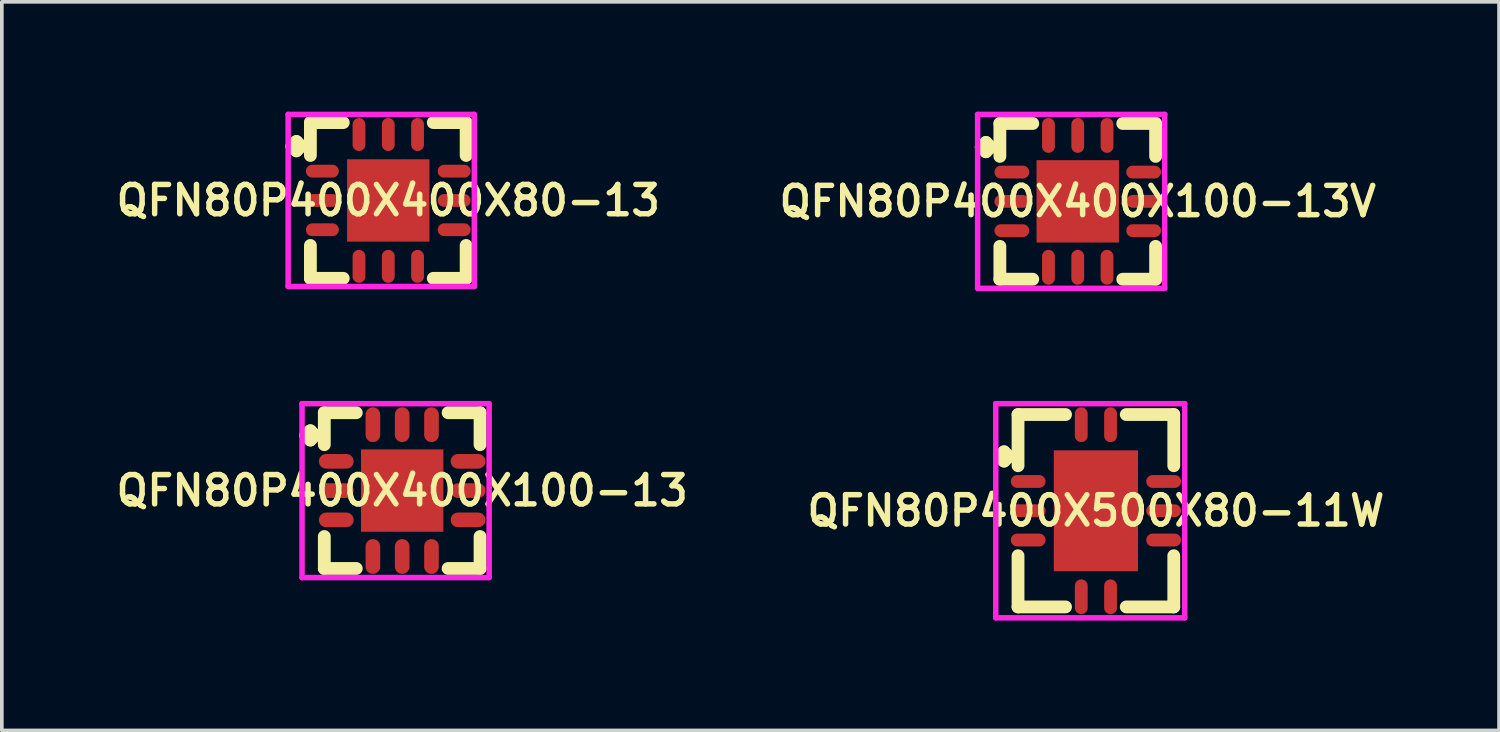
<source format=kicad_pcb>
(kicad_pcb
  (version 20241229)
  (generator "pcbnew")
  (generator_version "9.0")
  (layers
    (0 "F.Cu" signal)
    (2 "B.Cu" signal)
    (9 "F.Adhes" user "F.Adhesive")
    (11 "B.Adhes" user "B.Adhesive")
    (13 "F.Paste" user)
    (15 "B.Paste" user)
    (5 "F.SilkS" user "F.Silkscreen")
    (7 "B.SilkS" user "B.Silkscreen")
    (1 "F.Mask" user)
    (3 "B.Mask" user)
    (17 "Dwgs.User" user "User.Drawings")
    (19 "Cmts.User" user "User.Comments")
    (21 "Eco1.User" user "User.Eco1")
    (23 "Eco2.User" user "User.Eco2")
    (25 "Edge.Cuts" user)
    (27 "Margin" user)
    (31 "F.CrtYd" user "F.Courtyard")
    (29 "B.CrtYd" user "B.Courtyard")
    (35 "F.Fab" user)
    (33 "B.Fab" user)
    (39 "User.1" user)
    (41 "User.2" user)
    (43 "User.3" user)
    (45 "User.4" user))
  (footprint "QFN80P400X500X80-11W"
    (layer "F.Cu")
    (at 26.883 10.9)
    (property "Reference" "QFN80P400X500X80-11W" (at 0 0 0) (layer "F.SilkS") (effects (font (size 0.8 0.8) (thickness 0.15))))
    (attr smd)
    (fp_line (start -2.635 -1.483) (end -2.508 -1.61) (stroke (width 0.35) (type solid)) (layer "F.SilkS"))
    (fp_line (start -2.508 -1.61) (end -2.381 -1.483) (stroke (width 0.35) (type solid)) (layer "F.SilkS"))
    (fp_line (start -2.508 -1.356) (end -2.635 -1.483) (stroke (width 0.35) (type solid)) (layer "F.SilkS"))
    (fp_line (start -2.381 -1.483) (end -2.508 -1.356) (stroke (width 0.35) (type solid)) (layer "F.SilkS"))
    (fp_line (start -2.127 -2.627) (end -0.829 -2.627) (stroke (width 0.35) (type solid)) (layer "F.SilkS"))
    (fp_line (start -2.127 -1.229) (end -2.127 -2.627) (stroke (width 0.35) (type solid)) (layer "F.SilkS"))
    (fp_line (start -2.127 1.229) (end -2.127 2.627) (stroke (width 0.35) (type solid)) (layer "F.SilkS"))
    (fp_line (start -2.127 2.627) (end -0.829 2.627) (stroke (width 0.35) (type solid)) (layer "F.SilkS"))
    (fp_line (start 0.829 -2.627) (end 2.127 -2.627) (stroke (width 0.35) (type solid)) (layer "F.SilkS"))
    (fp_line (start 0.829 2.627) (end 2.127 2.627) (stroke (width 0.35) (type solid)) (layer "F.SilkS"))
    (fp_line (start 2.127 -2.627) (end 2.127 -1.229) (stroke (width 0.35) (type solid)) (layer "F.SilkS"))
    (fp_line (start 2.127 2.627) (end 2.127 1.229) (stroke (width 0.35) (type solid)) (layer "F.SilkS"))
    (fp_line (start -2.735 -2.925) (end 2.425 -2.925) (stroke (width 0.15) (type solid)) (layer "F.CrtYd"))
    (fp_line (start -2.735 2.925) (end -2.735 -2.925) (stroke (width 0.15) (type solid)) (layer "F.CrtYd"))
    (fp_line (start 2.425 -2.925) (end 2.425 2.925) (stroke (width 0.15) (type solid)) (layer "F.CrtYd"))
    (fp_line (start 2.425 2.925) (end -2.735 2.925) (stroke (width 0.15) (type solid)) (layer "F.CrtYd"))
    (pad "1" smd oval (at -1.85 -0.8) (size 0.95 0.35) (layers "F.Cu" "F.Mask" "F.Paste"))
    (pad "2" smd oval (at -1.85 0) (size 0.95 0.35) (layers "F.Cu" "F.Mask" "F.Paste"))
    (pad "3" smd oval (at -1.85 0.8) (size 0.95 0.35) (layers "F.Cu" "F.Mask" "F.Paste"))
    (pad "4" smd oval (at -0.4 2.35) (size 0.35 0.95) (layers "F.Cu" "F.Mask" "F.Paste"))
    (pad "5" smd oval (at 0.4 2.35) (size 0.35 0.95) (layers "F.Cu" "F.Mask" "F.Paste"))
    (pad "6" smd oval (at 1.85 0.8) (size 0.95 0.35) (layers "F.Cu" "F.Mask" "F.Paste"))
    (pad "7" smd oval (at 1.85 0) (size 0.95 0.35) (layers "F.Cu" "F.Mask" "F.Paste"))
    (pad "8" smd oval (at 1.85 -0.8) (size 0.95 0.35) (layers "F.Cu" "F.Mask" "F.Paste"))
    (pad "9" smd oval (at 0.4 -2.35) (size 0.35 0.95) (layers "F.Cu" "F.Mask" "F.Paste"))
    (pad "10" smd oval (at -0.4 -2.35) (size 0.35 0.95) (layers "F.Cu" "F.Mask" "F.Paste"))
    (pad "11" smd rect (at 0 0) (size 2.3 3.3) (layers "F.Cu" "F.Mask" "F.Paste")))
  (footprint "QFN80P400X400X100-13"
    (layer "F.Cu")
    (at 7.935 10.35)
    (property "Reference" "QFN80P400X400X100-13" (at 0 0 0) (layer "F.SilkS") (effects (font (size 0.8 0.8) (thickness 0.15))))
    (attr smd)
    (fp_line (start -2.635 -1.508) (end -2.508 -1.635) (stroke (width 0.35) (type solid)) (layer "F.SilkS"))
    (fp_line (start -2.508 -1.635) (end -2.381 -1.508) (stroke (width 0.35) (type solid)) (layer "F.SilkS"))
    (fp_line (start -2.508 -1.381) (end -2.635 -1.508) (stroke (width 0.35) (type solid)) (layer "F.SilkS"))
    (fp_line (start -2.381 -1.508) (end -2.508 -1.381) (stroke (width 0.35) (type solid)) (layer "F.SilkS"))
    (fp_line (start -2.127 -2.127) (end -1.254 -2.127) (stroke (width 0.35) (type solid)) (layer "F.SilkS"))
    (fp_line (start -2.127 -1.254) (end -2.127 -2.127) (stroke (width 0.35) (type solid)) (layer "F.SilkS"))
    (fp_line (start -2.127 1.254) (end -2.127 2.127) (stroke (width 0.35) (type solid)) (layer "F.SilkS"))
    (fp_line (start -2.127 2.127) (end -1.254 2.127) (stroke (width 0.35) (type solid)) (layer "F.SilkS"))
    (fp_line (start 1.254 -2.127) (end 2.127 -2.127) (stroke (width 0.35) (type solid)) (layer "F.SilkS"))
    (fp_line (start 1.254 2.127) (end 2.127 2.127) (stroke (width 0.35) (type solid)) (layer "F.SilkS"))
    (fp_line (start 2.127 -2.127) (end 2.127 -1.254) (stroke (width 0.35) (type solid)) (layer "F.SilkS"))
    (fp_line (start 2.127 2.127) (end 2.127 1.254) (stroke (width 0.35) (type solid)) (layer "F.SilkS"))
    (fp_line (start -2.735 -2.375) (end 2.375 -2.375) (stroke (width 0.15) (type solid)) (layer "F.CrtYd"))
    (fp_line (start -2.735 2.375) (end -2.735 -2.375) (stroke (width 0.15) (type solid)) (layer "F.CrtYd"))
    (fp_line (start 2.375 -2.375) (end 2.375 2.375) (stroke (width 0.15) (type solid)) (layer "F.CrtYd"))
    (fp_line (start 2.375 2.375) (end -2.735 2.375) (stroke (width 0.15) (type solid)) (layer "F.CrtYd"))
    (pad "1" smd oval (at -1.8 -0.8) (size 0.95 0.4) (layers "F.Cu" "F.Mask" "F.Paste"))
    (pad "2" smd oval (at -1.8 0) (size 0.95 0.4) (layers "F.Cu" "F.Mask" "F.Paste"))
    (pad "3" smd oval (at -1.8 0.8) (size 0.95 0.4) (layers "F.Cu" "F.Mask" "F.Paste"))
    (pad "4" smd oval (at -0.8 1.8) (size 0.4 0.95) (layers "F.Cu" "F.Mask" "F.Paste"))
    (pad "5" smd oval (at 0 1.8) (size 0.4 0.95) (layers "F.Cu" "F.Mask" "F.Paste"))
    (pad "6" smd oval (at 0.8 1.8) (size 0.4 0.95) (layers "F.Cu" "F.Mask" "F.Paste"))
    (pad "7" smd oval (at 1.8 0.8) (size 0.95 0.4) (layers "F.Cu" "F.Mask" "F.Paste"))
    (pad "8" smd oval (at 1.8 0) (size 0.95 0.4) (layers "F.Cu" "F.Mask" "F.Paste"))
    (pad "9" smd oval (at 1.8 -0.8) (size 0.95 0.4) (layers "F.Cu" "F.Mask" "F.Paste"))
    (pad "10" smd oval (at 0.8 -1.8) (size 0.4 0.95) (layers "F.Cu" "F.Mask" "F.Paste"))
    (pad "11" smd oval (at 0 -1.8) (size 0.4 0.95) (layers "F.Cu" "F.Mask" "F.Paste"))
    (pad "12" smd oval (at -0.8 -1.8) (size 0.4 0.95) (layers "F.Cu" "F.Mask" "F.Paste"))
    (pad "13" smd rect (at 0 0) (size 2.25 2.25) (layers "F.Cu" "F.Mask" "F.Paste")))
  (footprint "QFN80P400X400X100-13V"
    (layer "F.Cu")
    (at 26.387 2.45)
    (property "Reference" "QFN80P400X400X100-13V" (at 0 0 0) (layer "F.SilkS") (effects (font (size 0.8 0.8) (thickness 0.15))))
    (attr smd)
    (fp_line (start -2.635 -1.483) (end -2.508 -1.61) (stroke (width 0.35) (type solid)) (layer "F.SilkS"))
    (fp_line (start -2.508 -1.61) (end -2.381 -1.483) (stroke (width 0.35) (type solid)) (layer "F.SilkS"))
    (fp_line (start -2.508 -1.356) (end -2.635 -1.483) (stroke (width 0.35) (type solid)) (layer "F.SilkS"))
    (fp_line (start -2.381 -1.483) (end -2.508 -1.356) (stroke (width 0.35) (type solid)) (layer "F.SilkS"))
    (fp_line (start -2.127 -2.127) (end -1.229 -2.127) (stroke (width 0.35) (type solid)) (layer "F.SilkS"))
    (fp_line (start -2.127 -1.229) (end -2.127 -2.127) (stroke (width 0.35) (type solid)) (layer "F.SilkS"))
    (fp_line (start -2.127 1.229) (end -2.127 2.127) (stroke (width 0.35) (type solid)) (layer "F.SilkS"))
    (fp_line (start -2.127 2.127) (end -1.229 2.127) (stroke (width 0.35) (type solid)) (layer "F.SilkS"))
    (fp_line (start 1.229 -2.127) (end 2.127 -2.127) (stroke (width 0.35) (type solid)) (layer "F.SilkS"))
    (fp_line (start 1.229 2.127) (end 2.127 2.127) (stroke (width 0.35) (type solid)) (layer "F.SilkS"))
    (fp_line (start 2.127 -2.127) (end 2.127 -1.229) (stroke (width 0.35) (type solid)) (layer "F.SilkS"))
    (fp_line (start 2.127 2.127) (end 2.127 1.229) (stroke (width 0.35) (type solid)) (layer "F.SilkS"))
    (fp_line (start -2.735 -2.375) (end 2.375 -2.375) (stroke (width 0.15) (type solid)) (layer "F.CrtYd"))
    (fp_line (start -2.735 2.375) (end -2.735 -2.375) (stroke (width 0.15) (type solid)) (layer "F.CrtYd"))
    (fp_line (start 2.375 -2.375) (end 2.375 2.375) (stroke (width 0.15) (type solid)) (layer "F.CrtYd"))
    (fp_line (start 2.375 2.375) (end -2.735 2.375) (stroke (width 0.15) (type solid)) (layer "F.CrtYd"))
    (pad "1" smd oval (at -1.8 -0.8) (size 0.95 0.35) (layers "F.Cu" "F.Mask" "F.Paste"))
    (pad "2" smd oval (at -1.8 0) (size 0.95 0.35) (layers "F.Cu" "F.Mask" "F.Paste"))
    (pad "3" smd oval (at -1.8 0.8) (size 0.95 0.35) (layers "F.Cu" "F.Mask" "F.Paste"))
    (pad "4" smd oval (at -0.8 1.8) (size 0.35 0.95) (layers "F.Cu" "F.Mask" "F.Paste"))
    (pad "5" smd oval (at 0 1.8) (size 0.35 0.95) (layers "F.Cu" "F.Mask" "F.Paste"))
    (pad "6" smd oval (at 0.8 1.8) (size 0.35 0.95) (layers "F.Cu" "F.Mask" "F.Paste"))
    (pad "7" smd oval (at 1.8 0.8) (size 0.95 0.35) (layers "F.Cu" "F.Mask" "F.Paste"))
    (pad "8" smd oval (at 1.8 0) (size 0.95 0.35) (layers "F.Cu" "F.Mask" "F.Paste"))
    (pad "9" smd oval (at 1.8 -0.8) (size 0.95 0.35) (layers "F.Cu" "F.Mask" "F.Paste"))
    (pad "10" smd oval (at 0.8 -1.8) (size 0.35 0.95) (layers "F.Cu" "F.Mask" "F.Paste"))
    (pad "11" smd oval (at 0 -1.8) (size 0.35 0.95) (layers "F.Cu" "F.Mask" "F.Paste"))
    (pad "12" smd oval (at -0.8 -1.8) (size 0.35 0.95) (layers "F.Cu" "F.Mask" "F.Paste"))
    (pad "13" smd rect (at 0 0) (size 2.25 2.25) (layers "F.Cu" "F.Mask" "F.Paste")))
  (footprint "QFN80P400X400X80-13"
    (layer "F.Cu")
    (at 7.555 2.425)
    (property "Reference" "QFN80P400X400X80-13" (at 0 0 0) (layer "F.SilkS") (effects (font (size 0.8 0.8) (thickness 0.15))))
    (attr smd)
    (fp_line (start -2.635 -1.483) (end -2.508 -1.61) (stroke (width 0.35) (type solid)) (layer "F.SilkS"))
    (fp_line (start -2.508 -1.61) (end -2.381 -1.483) (stroke (width 0.35) (type solid)) (layer "F.SilkS"))
    (fp_line (start -2.508 -1.356) (end -2.635 -1.483) (stroke (width 0.35) (type solid)) (layer "F.SilkS"))
    (fp_line (start -2.381 -1.483) (end -2.508 -1.356) (stroke (width 0.35) (type solid)) (layer "F.SilkS"))
    (fp_line (start -2.127 -2.127) (end -1.229 -2.127) (stroke (width 0.35) (type solid)) (layer "F.SilkS"))
    (fp_line (start -2.127 -1.229) (end -2.127 -2.127) (stroke (width 0.35) (type solid)) (layer "F.SilkS"))
    (fp_line (start -2.127 1.229) (end -2.127 2.127) (stroke (width 0.35) (type solid)) (layer "F.SilkS"))
    (fp_line (start -2.127 2.127) (end -1.229 2.127) (stroke (width 0.35) (type solid)) (layer "F.SilkS"))
    (fp_line (start 1.229 -2.127) (end 2.127 -2.127) (stroke (width 0.35) (type solid)) (layer "F.SilkS"))
    (fp_line (start 1.229 2.127) (end 2.127 2.127) (stroke (width 0.35) (type solid)) (layer "F.SilkS"))
    (fp_line (start 2.127 -2.127) (end 2.127 -1.229) (stroke (width 0.35) (type solid)) (layer "F.SilkS"))
    (fp_line (start 2.127 2.127) (end 2.127 1.229) (stroke (width 0.35) (type solid)) (layer "F.SilkS"))
    (fp_line (start -2.735 -2.35) (end 2.35 -2.35) (stroke (width 0.15) (type solid)) (layer "F.CrtYd"))
    (fp_line (start -2.735 2.35) (end -2.735 -2.35) (stroke (width 0.15) (type solid)) (layer "F.CrtYd"))
    (fp_line (start 2.35 -2.35) (end 2.35 2.35) (stroke (width 0.15) (type solid)) (layer "F.CrtYd"))
    (fp_line (start 2.35 2.35) (end -2.735 2.35) (stroke (width 0.15) (type solid)) (layer "F.CrtYd"))
    (pad "1" smd oval (at -1.8 -0.8) (size 0.9 0.35) (layers "F.Cu" "F.Mask" "F.Paste"))
    (pad "2" smd oval (at -1.8 0) (size 0.9 0.35) (layers "F.Cu" "F.Mask" "F.Paste"))
    (pad "3" smd oval (at -1.8 0.8) (size 0.9 0.35) (layers "F.Cu" "F.Mask" "F.Paste"))
    (pad "4" smd oval (at -0.8 1.8) (size 0.35 0.9) (layers "F.Cu" "F.Mask" "F.Paste"))
    (pad "5" smd oval (at 0 1.8) (size 0.35 0.9) (layers "F.Cu" "F.Mask" "F.Paste"))
    (pad "6" smd oval (at 0.8 1.8) (size 0.35 0.9) (layers "F.Cu" "F.Mask" "F.Paste"))
    (pad "7" smd oval (at 1.8 0.8) (size 0.9 0.35) (layers "F.Cu" "F.Mask" "F.Paste"))
    (pad "8" smd oval (at 1.8 0) (size 0.9 0.35) (layers "F.Cu" "F.Mask" "F.Paste"))
    (pad "9" smd oval (at 1.8 -0.8) (size 0.9 0.35) (layers "F.Cu" "F.Mask" "F.Paste"))
    (pad "10" smd oval (at 0.8 -1.8) (size 0.35 0.9) (layers "F.Cu" "F.Mask" "F.Paste"))
    (pad "11" smd oval (at 0 -1.8) (size 0.35 0.9) (layers "F.Cu" "F.Mask" "F.Paste"))
    (pad "12" smd oval (at -0.8 -1.8) (size 0.35 0.9) (layers "F.Cu" "F.Mask" "F.Paste"))
    (pad "13" smd rect (at 0 0) (size 2.25 2.25) (layers "F.Cu" "F.Mask" "F.Paste")))
  (gr_rect
    (start -3 -3)
    (end 37.894 16.9)
    (stroke (width 0.1) (type default))
    (fill no)
    (layer "Edge.Cuts")))
</source>
